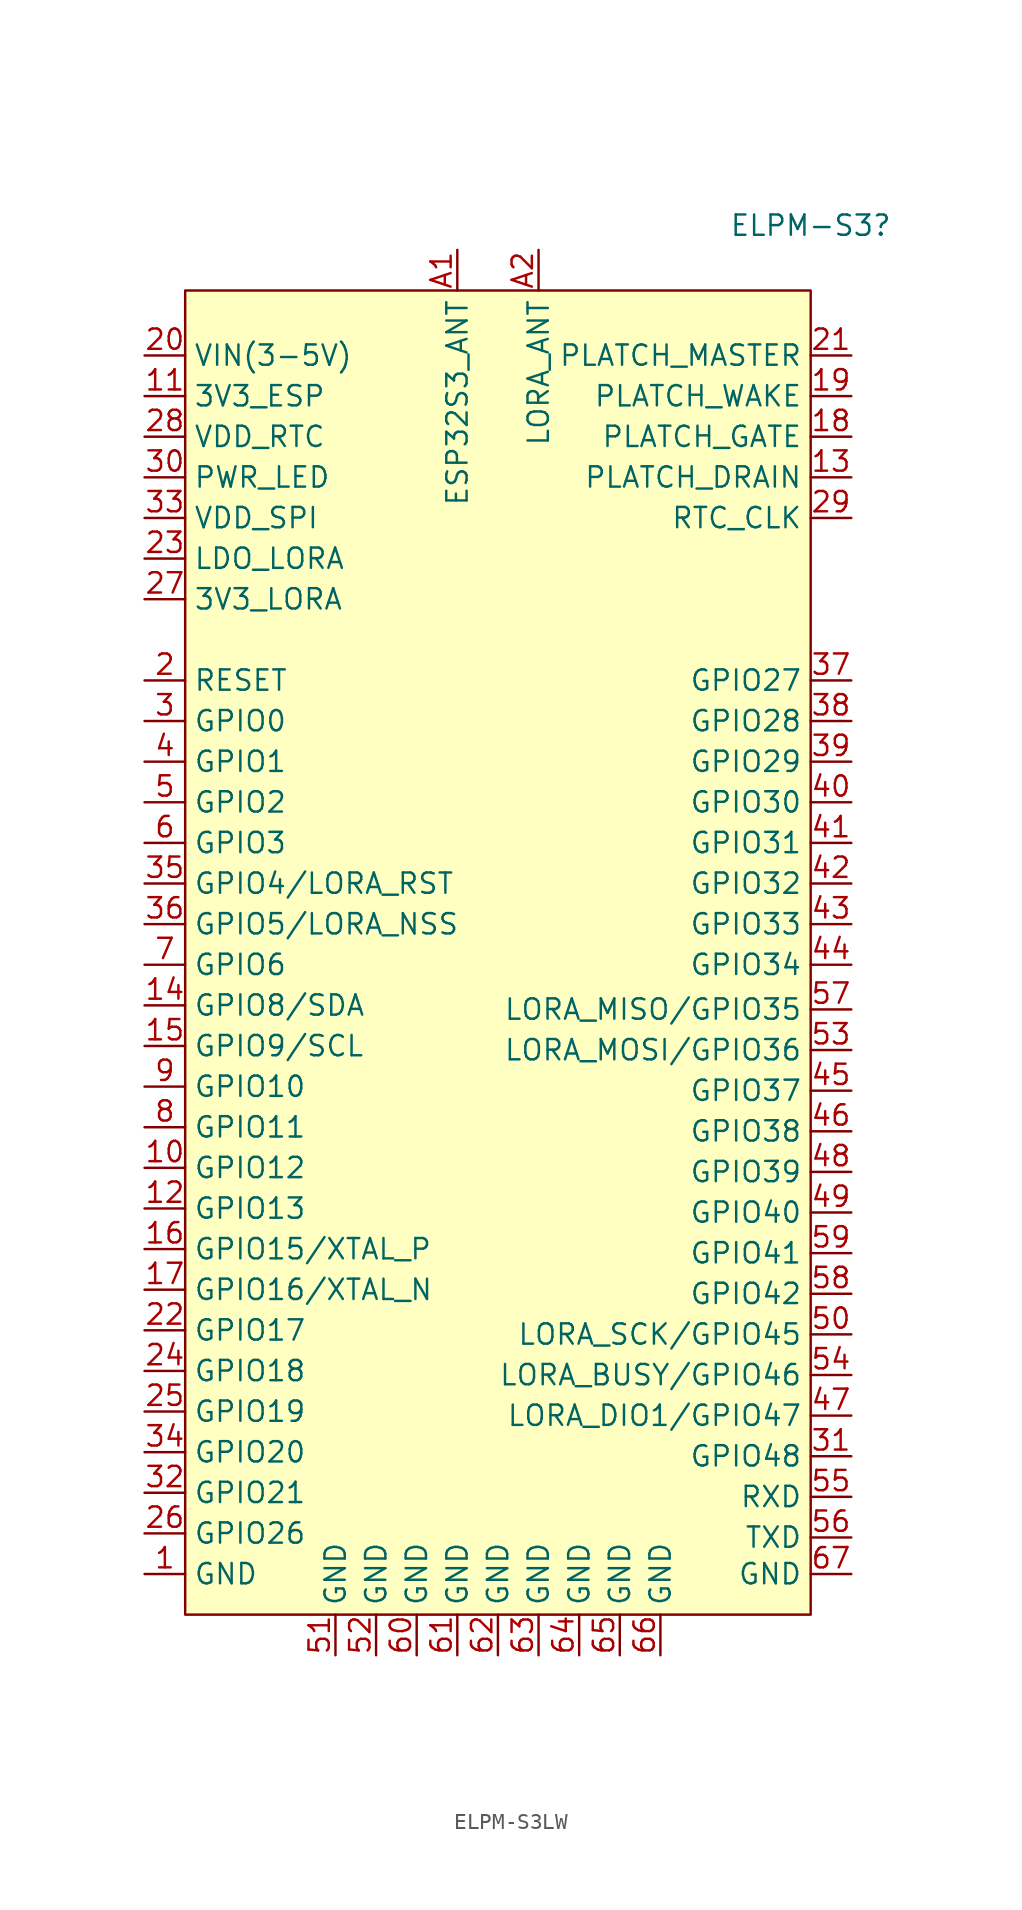
<source format=kicad_sym>
(kicad_symbol_lib
  (version 20231120)
  (generator "kicad_symbol_editor")
  (generator_version "8.0")
  (symbol "ELPM-S3LW"
    (property "Reference" "ELPM-S3"
      (at 19.558 44.196 0)
      (effects (font (size 1.27 1.27))))
    (property "Value" ""
      (at -3.429 20.193 0)
      (effects (font (size 1.27 1.27))))
    (symbol "ELPM-S3LW_1_1"
      (rectangle (start -19.558 40.132) (end 19.558 -42.672) (stroke (width 0) (type default)) (fill (type background)))
      (pin input line (at -22.098 -40.132 0) (length 2.54) (name "GND" (effects (font (size 1.27 1.27)))) (number "1" (effects (font (size 1.27 1.27)))))
      (pin input line (at -22.098 -14.732 0) (length 2.54) (name "GPIO12" (effects (font (size 1.27 1.27)))) (number "10" (effects (font (size 1.27 1.27)))))
      (pin input line (at -22.098 33.528 0) (length 2.54) (name "3V3_ESP" (effects (font (size 1.27 1.27)))) (number "11" (effects (font (size 1.27 1.27)))))
      (pin input line (at -22.098 -17.272 0) (length 2.54) (name "GPIO13" (effects (font (size 1.27 1.27)))) (number "12" (effects (font (size 1.27 1.27)))))
      (pin input line (at 22.098 28.448 180) (length 2.54) (name "PLATCH_DRAIN" (effects (font (size 1.27 1.27)))) (number "13" (effects (font (size 1.27 1.27)))))
      (pin input line (at -22.098 -4.572 0) (length 2.54) (name "GPIO8/SDA" (effects (font (size 1.27 1.27)))) (number "14" (effects (font (size 1.27 1.27)))))
      (pin input line (at -22.098 -7.112 0) (length 2.54) (name "GPIO9/SCL" (effects (font (size 1.27 1.27)))) (number "15" (effects (font (size 1.27 1.27)))))
      (pin input line (at -22.098 -19.812 0) (length 2.54) (name "GPIO15/XTAL_P" (effects (font (size 1.27 1.27)))) (number "16" (effects (font (size 1.27 1.27)))))
      (pin input line (at -22.098 -22.352 0) (length 2.54) (name "GPIO16/XTAL_N" (effects (font (size 1.27 1.27)))) (number "17" (effects (font (size 1.27 1.27)))))
      (pin input line (at 22.098 30.988 180) (length 2.54) (name "PLATCH_GATE" (effects (font (size 1.27 1.27)))) (number "18" (effects (font (size 1.27 1.27)))))
      (pin input line (at 22.098 33.528 180) (length 2.54) (name "PLATCH_WAKE" (effects (font (size 1.27 1.27)))) (number "19" (effects (font (size 1.27 1.27)))))
      (pin input line (at -22.098 15.748 0) (length 2.54) (name "RESET" (effects (font (size 1.27 1.27)))) (number "2" (effects (font (size 1.27 1.27)))))
      (pin input line (at -22.098 36.068 0) (length 2.54) (name "VIN(3-5V)" (effects (font (size 1.27 1.27)))) (number "20" (effects (font (size 1.27 1.27)))))
      (pin input line (at 22.098 36.068 180) (length 2.54) (name "PLATCH_MASTER" (effects (font (size 1.27 1.27)))) (number "21" (effects (font (size 1.27 1.27)))))
      (pin input line (at -22.098 -24.892 0) (length 2.54) (name "GPIO17" (effects (font (size 1.27 1.27)))) (number "22" (effects (font (size 1.27 1.27)))))
      (pin input line (at -22.098 23.368 0) (length 2.54) (name "LDO_LORA" (effects (font (size 1.27 1.27)))) (number "23" (effects (font (size 1.27 1.27)))))
      (pin input line (at -22.098 -27.432 0) (length 2.54) (name "GPIO18" (effects (font (size 1.27 1.27)))) (number "24" (effects (font (size 1.27 1.27)))))
      (pin input line (at -22.098 -29.972 0) (length 2.54) (name "GPIO19" (effects (font (size 1.27 1.27)))) (number "25" (effects (font (size 1.27 1.27)))))
      (pin input line (at -22.098 -37.592 0) (length 2.54) (name "GPIO26" (effects (font (size 1.27 1.27)))) (number "26" (effects (font (size 1.27 1.27)))))
      (pin input line (at -22.098 20.828 0) (length 2.54) (name "3V3_LORA" (effects (font (size 1.27 1.27)))) (number "27" (effects (font (size 1.27 1.27)))))
      (pin input line (at -22.098 30.988 0) (length 2.54) (name "VDD_RTC" (effects (font (size 1.27 1.27)))) (number "28" (effects (font (size 1.27 1.27)))))
      (pin input line (at 22.098 25.908 180) (length 2.54) (name "RTC_CLK" (effects (font (size 1.27 1.27)))) (number "29" (effects (font (size 1.27 1.27)))))
      (pin input line (at -22.098 13.208 0) (length 2.54) (name "GPIO0" (effects (font (size 1.27 1.27)))) (number "3" (effects (font (size 1.27 1.27)))))
      (pin input line (at -22.098 28.448 0) (length 2.54) (name "PWR_LED" (effects (font (size 1.27 1.27)))) (number "30" (effects (font (size 1.27 1.27)))))
      (pin input line (at 22.098 -32.766 180) (length 2.54) (name "GPIO48" (effects (font (size 1.27 1.27)))) (number "31" (effects (font (size 1.27 1.27)))))
      (pin input line (at -22.098 -35.052 0) (length 2.54) (name "GPIO21" (effects (font (size 1.27 1.27)))) (number "32" (effects (font (size 1.27 1.27)))))
      (pin input line (at -22.098 25.908 0) (length 2.54) (name "VDD_SPI" (effects (font (size 1.27 1.27)))) (number "33" (effects (font (size 1.27 1.27)))))
      (pin input line (at -22.098 -32.512 0) (length 2.54) (name "GPIO20" (effects (font (size 1.27 1.27)))) (number "34" (effects (font (size 1.27 1.27)))))
      (pin input line (at -22.098 3.048 0) (length 2.54) (name "GPIO4/LORA_RST" (effects (font (size 1.27 1.27)))) (number "35" (effects (font (size 1.27 1.27)))))
      (pin input line (at -22.098 0.508 0) (length 2.54) (name "GPIO5/LORA_NSS" (effects (font (size 1.27 1.27)))) (number "36" (effects (font (size 1.27 1.27)))))
      (pin input line (at 22.098 15.748 180) (length 2.54) (name "GPIO27" (effects (font (size 1.27 1.27)))) (number "37" (effects (font (size 1.27 1.27)))))
      (pin input line (at 22.098 13.208 180) (length 2.54) (name "GPIO28" (effects (font (size 1.27 1.27)))) (number "38" (effects (font (size 1.27 1.27)))))
      (pin input line (at 22.098 10.668 180) (length 2.54) (name "GPIO29" (effects (font (size 1.27 1.27)))) (number "39" (effects (font (size 1.27 1.27)))))
      (pin input line (at -22.098 10.668 0) (length 2.54) (name "GPIO1" (effects (font (size 1.27 1.27)))) (number "4" (effects (font (size 1.27 1.27)))))
      (pin input line (at 22.098 8.128 180) (length 2.54) (name "GPIO30" (effects (font (size 1.27 1.27)))) (number "40" (effects (font (size 1.27 1.27)))))
      (pin input line (at 22.098 5.588 180) (length 2.54) (name "GPIO31" (effects (font (size 1.27 1.27)))) (number "41" (effects (font (size 1.27 1.27)))))
      (pin input line (at 22.098 3.048 180) (length 2.54) (name "GPIO32" (effects (font (size 1.27 1.27)))) (number "42" (effects (font (size 1.27 1.27)))))
      (pin input line (at 22.098 0.508 180) (length 2.54) (name "GPIO33" (effects (font (size 1.27 1.27)))) (number "43" (effects (font (size 1.27 1.27)))))
      (pin input line (at 22.098 -2.032 180) (length 2.54) (name "GPIO34" (effects (font (size 1.27 1.27)))) (number "44" (effects (font (size 1.27 1.27)))))
      (pin input line (at 22.098 -9.906 180) (length 2.54) (name "GPIO37" (effects (font (size 1.27 1.27)))) (number "45" (effects (font (size 1.27 1.27)))))
      (pin input line (at 22.098 -12.446 180) (length 2.54) (name "GPIO38" (effects (font (size 1.27 1.27)))) (number "46" (effects (font (size 1.27 1.27)))))
      (pin input line (at 22.098 -30.226 180) (length 2.54) (name "LORA_DIO1/GPIO47" (effects (font (size 1.27 1.27)))) (number "47" (effects (font (size 1.27 1.27)))))
      (pin input line (at 22.098 -14.986 180) (length 2.54) (name "GPIO39" (effects (font (size 1.27 1.27)))) (number "48" (effects (font (size 1.27 1.27)))))
      (pin input line (at 22.098 -17.526 180) (length 2.54) (name "GPIO40" (effects (font (size 1.27 1.27)))) (number "49" (effects (font (size 1.27 1.27)))))
      (pin input line (at -22.098 8.128 0) (length 2.54) (name "GPIO2" (effects (font (size 1.27 1.27)))) (number "5" (effects (font (size 1.27 1.27)))))
      (pin input line (at 22.098 -25.146 180) (length 2.54) (name "LORA_SCK/GPIO45" (effects (font (size 1.27 1.27)))) (number "50" (effects (font (size 1.27 1.27)))))
      (pin input line (at -10.16 -45.212 90) (length 2.54) (name "GND" (effects (font (size 1.27 1.27)))) (number "51" (effects (font (size 1.27 1.27)))))
      (pin input line (at -7.62 -45.212 90) (length 2.54) (name "GND" (effects (font (size 1.27 1.27)))) (number "52" (effects (font (size 1.27 1.27)))))
      (pin input line (at 22.098 -7.366 180) (length 2.54) (name "LORA_MOSI/GPIO36" (effects (font (size 1.27 1.27)))) (number "53" (effects (font (size 1.27 1.27)))))
      (pin input line (at 22.098 -27.686 180) (length 2.54) (name "LORA_BUSY/GPIO46" (effects (font (size 1.27 1.27)))) (number "54" (effects (font (size 1.27 1.27)))))
      (pin input line (at 22.098 -35.306 180) (length 2.54) (name "RXD" (effects (font (size 1.27 1.27)))) (number "55" (effects (font (size 1.27 1.27)))))
      (pin input line (at 22.098 -37.846 180) (length 2.54) (name "TXD" (effects (font (size 1.27 1.27)))) (number "56" (effects (font (size 1.27 1.27)))))
      (pin input line (at 22.098 -4.826 180) (length 2.54) (name "LORA_MISO/GPIO35" (effects (font (size 1.27 1.27)))) (number "57" (effects (font (size 1.27 1.27)))))
      (pin input line (at 22.098 -22.606 180) (length 2.54) (name "GPIO42" (effects (font (size 1.27 1.27)))) (number "58" (effects (font (size 1.27 1.27)))))
      (pin input line (at 22.098 -20.066 180) (length 2.54) (name "GPIO41" (effects (font (size 1.27 1.27)))) (number "59" (effects (font (size 1.27 1.27)))))
      (pin input line (at -22.098 5.588 0) (length 2.54) (name "GPIO3" (effects (font (size 1.27 1.27)))) (number "6" (effects (font (size 1.27 1.27)))))
      (pin input line (at -5.08 -45.212 90) (length 2.54) (name "GND" (effects (font (size 1.27 1.27)))) (number "60" (effects (font (size 1.27 1.27)))))
      (pin input line (at -2.54 -45.212 90) (length 2.54) (name "GND" (effects (font (size 1.27 1.27)))) (number "61" (effects (font (size 1.27 1.27)))))
      (pin input line (at 0 -45.212 90) (length 2.54) (name "GND" (effects (font (size 1.27 1.27)))) (number "62" (effects (font (size 1.27 1.27)))))
      (pin input line (at 2.54 -45.212 90) (length 2.54) (name "GND" (effects (font (size 1.27 1.27)))) (number "63" (effects (font (size 1.27 1.27)))))
      (pin input line (at 5.08 -45.212 90) (length 2.54) (name "GND" (effects (font (size 1.27 1.27)))) (number "64" (effects (font (size 1.27 1.27)))))
      (pin input line (at 7.62 -45.212 90) (length 2.54) (name "GND" (effects (font (size 1.27 1.27)))) (number "65" (effects (font (size 1.27 1.27)))))
      (pin input line (at 10.16 -45.212 90) (length 2.54) (name "GND" (effects (font (size 1.27 1.27)))) (number "66" (effects (font (size 1.27 1.27)))))
      (pin input line (at 22.098 -40.132 180) (length 2.54) (name "GND" (effects (font (size 1.27 1.27)))) (number "67" (effects (font (size 1.27 1.27)))))
      (pin input line (at -22.098 -2.032 0) (length 2.54) (name "GPIO6" (effects (font (size 1.27 1.27)))) (number "7" (effects (font (size 1.27 1.27)))))
      (pin input line (at -22.098 -12.192 0) (length 2.54) (name "GPIO11" (effects (font (size 1.27 1.27)))) (number "8" (effects (font (size 1.27 1.27)))))
      (pin input line (at -22.098 -9.652 0) (length 2.54) (name "GPIO10" (effects (font (size 1.27 1.27)))) (number "9" (effects (font (size 1.27 1.27)))))
      (pin input line (at -2.54 42.672 270) (length 2.54) (name "ESP32S3_ANT" (effects (font (size 1.27 1.27)))) (number "A1" (effects (font (size 1.27 1.27)))))
      (pin input line (at 2.54 42.672 270) (length 2.54) (name "LORA_ANT" (effects (font (size 1.27 1.27)))) (number "A2" (effects (font (size 1.27 1.27))))))))
</source>
